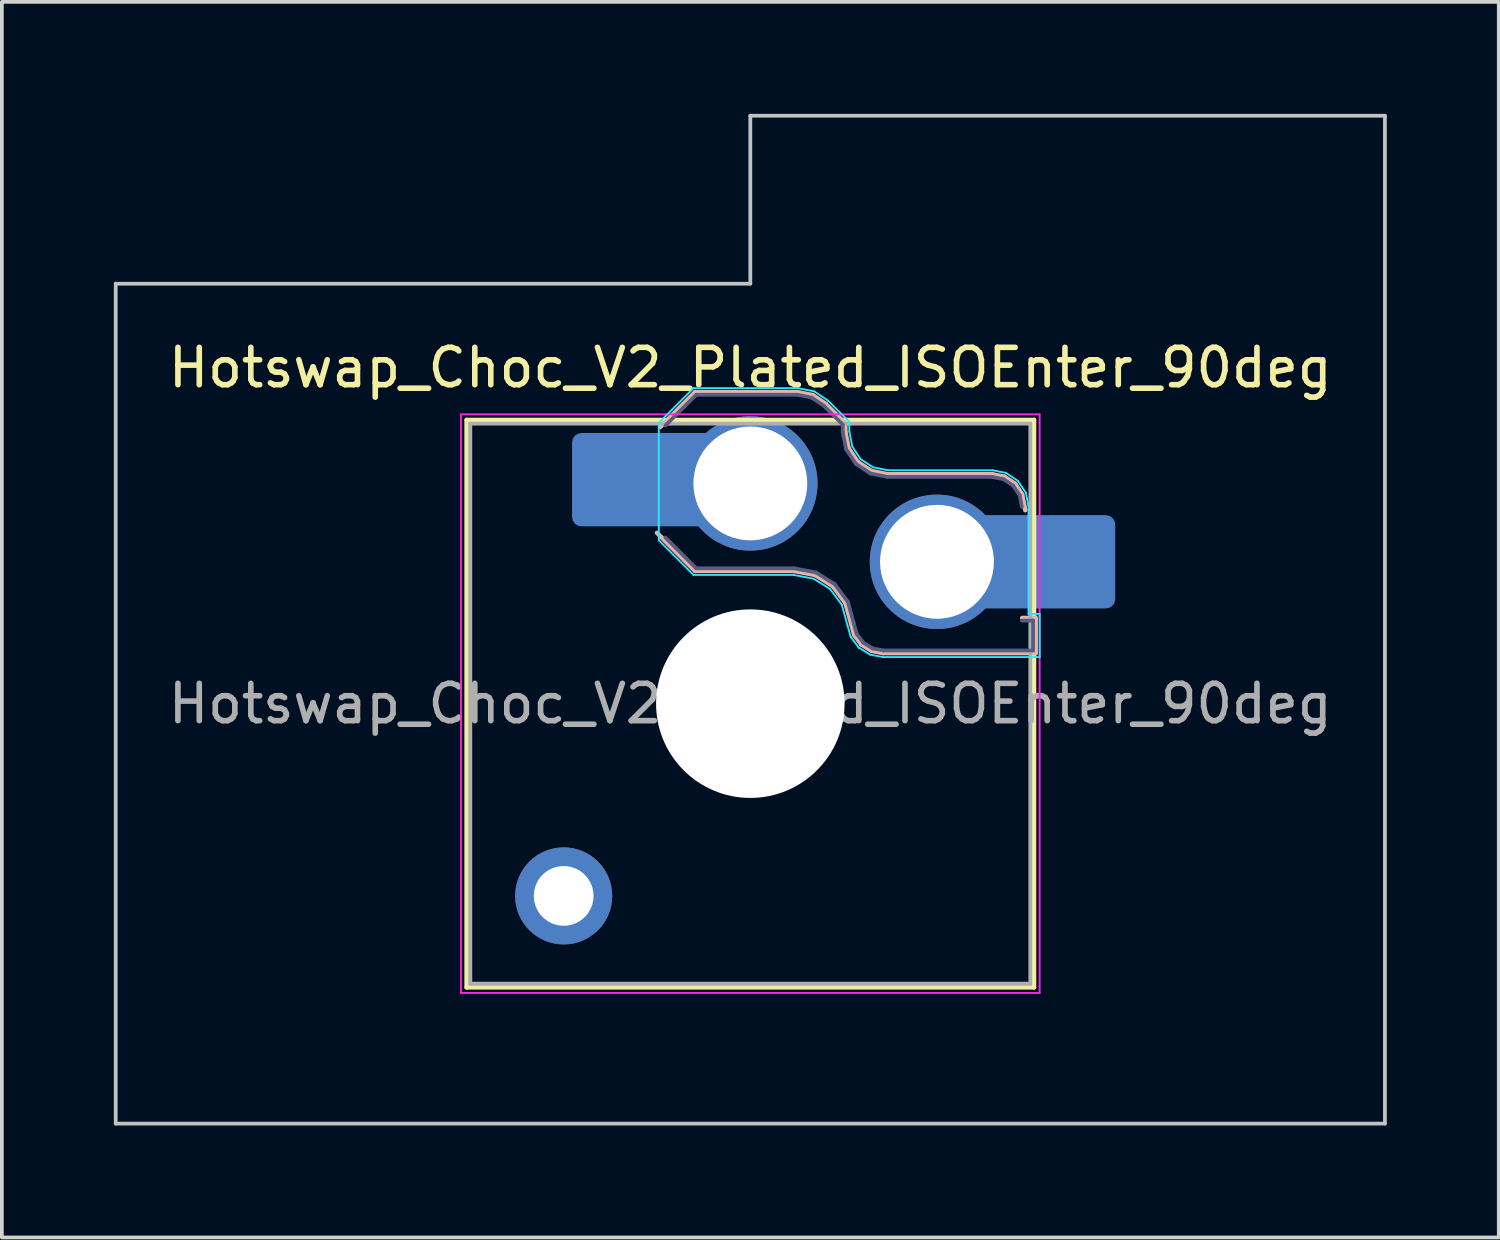
<source format=kicad_pcb>
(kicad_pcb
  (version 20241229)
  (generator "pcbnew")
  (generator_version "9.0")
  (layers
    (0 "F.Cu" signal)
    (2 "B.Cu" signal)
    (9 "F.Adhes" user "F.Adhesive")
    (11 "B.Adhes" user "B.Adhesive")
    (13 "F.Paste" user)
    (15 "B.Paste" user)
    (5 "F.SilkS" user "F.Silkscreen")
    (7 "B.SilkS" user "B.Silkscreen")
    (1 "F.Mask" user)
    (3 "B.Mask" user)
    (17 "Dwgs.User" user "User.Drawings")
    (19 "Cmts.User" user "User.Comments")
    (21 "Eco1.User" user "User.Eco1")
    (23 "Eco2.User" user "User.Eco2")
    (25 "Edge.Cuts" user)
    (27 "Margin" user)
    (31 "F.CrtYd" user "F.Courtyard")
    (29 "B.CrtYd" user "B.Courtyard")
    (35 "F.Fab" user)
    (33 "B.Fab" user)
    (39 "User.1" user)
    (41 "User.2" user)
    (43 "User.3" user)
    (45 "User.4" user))
  (footprint "Hotswap_Choc_V2_Plated_ISOEnter_90deg"
    (layer "F.Cu")
    (at 17.05 15.8)
    (property "Reference" "Hotswap_Choc_V2_Plated_ISOEnter_90deg" (at 0 -9 0) (layer "F.SilkS") (effects (font (size 1 1) (thickness 0.15))))
    (attr smd allow_soldermask_bridges)
    (fp_line (start -7.6 -7.6) (end -7.6 7.6) (stroke (width 0.12) (type solid)) (layer "F.SilkS"))
    (fp_line (start -7.6 7.6) (end 7.6 7.6) (stroke (width 0.12) (type solid)) (layer "F.SilkS"))
    (fp_line (start 7.6 -7.6) (end -7.6 -7.6) (stroke (width 0.12) (type solid)) (layer "F.SilkS"))
    (fp_line (start 7.6 7.6) (end 7.6 -7.6) (stroke (width 0.12) (type solid)) (layer "F.SilkS"))
    (fp_line (start -2.416 -7.409) (end -1.479 -8.346) (stroke (width 0.12) (type solid)) (layer "B.SilkS"))
    (fp_line (start -1.479 -8.346) (end 1.268 -8.346) (stroke (width 0.12) (type solid)) (layer "B.SilkS"))
    (fp_line (start -1.479 -3.554) (end -2.5 -4.575) (stroke (width 0.12) (type solid)) (layer "B.SilkS"))
    (fp_line (start 1.168 -3.554) (end -1.479 -3.554) (stroke (width 0.12) (type solid)) (layer "B.SilkS"))
    (fp_line (start 1.268 -8.346) (end 1.671 -8.266) (stroke (width 0.12) (type solid)) (layer "B.SilkS"))
    (fp_line (start 1.671 -8.266) (end 2.013 -8.037) (stroke (width 0.12) (type solid)) (layer "B.SilkS"))
    (fp_line (start 1.73 -3.449) (end 1.168 -3.554) (stroke (width 0.12) (type solid)) (layer "B.SilkS"))
    (fp_line (start 2.013 -8.037) (end 2.546 -7.504) (stroke (width 0.12) (type solid)) (layer "B.SilkS"))
    (fp_line (start 2.209 -3.15) (end 1.73 -3.449) (stroke (width 0.12) (type solid)) (layer "B.SilkS"))
    (fp_line (start 2.546 -7.504) (end 2.546 -7.282) (stroke (width 0.12) (type solid)) (layer "B.SilkS"))
    (fp_line (start 2.546 -7.282) (end 2.633 -6.844) (stroke (width 0.12) (type solid)) (layer "B.SilkS"))
    (fp_line (start 2.547 -2.697) (end 2.209 -3.15) (stroke (width 0.12) (type solid)) (layer "B.SilkS"))
    (fp_line (start 2.633 -6.844) (end 2.877 -6.477) (stroke (width 0.12) (type solid)) (layer "B.SilkS"))
    (fp_line (start 2.701 -2.139) (end 2.547 -2.697) (stroke (width 0.12) (type solid)) (layer "B.SilkS"))
    (fp_line (start 2.783 -1.841) (end 2.701 -2.139) (stroke (width 0.12) (type solid)) (layer "B.SilkS"))
    (fp_line (start 2.877 -6.477) (end 3.244 -6.233) (stroke (width 0.12) (type solid)) (layer "B.SilkS"))
    (fp_line (start 2.976 -1.583) (end 2.783 -1.841) (stroke (width 0.12) (type solid)) (layer "B.SilkS"))
    (fp_line (start 3.244 -6.233) (end 3.682 -6.146) (stroke (width 0.12) (type solid)) (layer "B.SilkS"))
    (fp_line (start 3.25 -1.413) (end 2.976 -1.583) (stroke (width 0.12) (type solid)) (layer "B.SilkS"))
    (fp_line (start 3.56 -1.354) (end 3.25 -1.413) (stroke (width 0.12) (type solid)) (layer "B.SilkS"))
    (fp_line (start 3.682 -6.146) (end 6.482 -6.146) (stroke (width 0.12) (type solid)) (layer "B.SilkS"))
    (fp_line (start 6.482 -6.146) (end 6.809 -6.081) (stroke (width 0.12) (type solid)) (layer "B.SilkS"))
    (fp_line (start 6.809 -6.081) (end 7.092 -5.892) (stroke (width 0.12) (type solid)) (layer "B.SilkS"))
    (fp_line (start 7.092 -5.892) (end 7.281 -5.609) (stroke (width 0.12) (type solid)) (layer "B.SilkS"))
    (fp_line (start 7.281 -5.609) (end 7.366 -5.182) (stroke (width 0.12) (type solid)) (layer "B.SilkS"))
    (fp_line (start 7.283 -2.296) (end 7.646 -2.296) (stroke (width 0.12) (type solid)) (layer "B.SilkS"))
    (fp_line (start 7.646 -2.296) (end 7.646 -1.354) (stroke (width 0.12) (type solid)) (layer "B.SilkS"))
    (fp_line (start 7.646 -1.354) (end 3.56 -1.354) (stroke (width 0.12) (type solid)) (layer "B.SilkS"))
    (fp_line (start -17 -11.25) (end -17 11.25) (stroke (width 0.1) (type solid)) (layer "Dwgs.User"))
    (fp_line (start -17 11.25) (end 17 11.25) (stroke (width 0.1) (type solid)) (layer "Dwgs.User"))
    (fp_line (start 0 -15.75) (end 0 -11.25) (stroke (width 0.1) (type solid)) (layer "Dwgs.User"))
    (fp_line (start 0 -11.25) (end -17 -11.25) (stroke (width 0.1) (type solid)) (layer "Dwgs.User"))
    (fp_line (start 17 -15.75) (end 0 -15.75) (stroke (width 0.1) (type solid)) (layer "Dwgs.User"))
    (fp_line (start 17 11.25) (end 17 -15.75) (stroke (width 0.1) (type solid)) (layer "Dwgs.User"))
    (fp_line (start -7.25 -7.25) (end -7.25 7.25) (stroke (width 0.1) (type solid)) (layer "Eco1.User"))
    (fp_line (start -7.25 7.25) (end 7.25 7.25) (stroke (width 0.1) (type solid)) (layer "Eco1.User"))
    (fp_line (start 7.25 -7.25) (end -7.25 -7.25) (stroke (width 0.1) (type solid)) (layer "Eco1.User"))
    (fp_line (start 7.25 7.25) (end 7.25 -7.25) (stroke (width 0.1) (type solid)) (layer "Eco1.User"))
    (fp_line (start -2.452 -7.523) (end -1.523 -8.452) (stroke (width 0.05) (type solid)) (layer "B.CrtYd"))
    (fp_line (start -2.452 -4.377) (end -2.452 -7.523) (stroke (width 0.05) (type solid)) (layer "B.CrtYd"))
    (fp_line (start -1.523 -8.452) (end 1.278 -8.452) (stroke (width 0.05) (type solid)) (layer "B.CrtYd"))
    (fp_line (start -1.523 -3.448) (end -2.452 -4.377) (stroke (width 0.05) (type solid)) (layer "B.CrtYd"))
    (fp_line (start 1.159 -3.448) (end -1.523 -3.448) (stroke (width 0.05) (type solid)) (layer "B.CrtYd"))
    (fp_line (start 1.278 -8.452) (end 1.712 -8.366) (stroke (width 0.05) (type solid)) (layer "B.CrtYd"))
    (fp_line (start 1.691 -3.348) (end 1.159 -3.448) (stroke (width 0.05) (type solid)) (layer "B.CrtYd"))
    (fp_line (start 1.712 -8.366) (end 2.081 -8.119) (stroke (width 0.05) (type solid)) (layer "B.CrtYd"))
    (fp_line (start 2.081 -8.119) (end 2.652 -7.548) (stroke (width 0.05) (type solid)) (layer "B.CrtYd"))
    (fp_line (start 2.136 -3.071) (end 1.691 -3.348) (stroke (width 0.05) (type solid)) (layer "B.CrtYd"))
    (fp_line (start 2.45 -2.65) (end 2.136 -3.071) (stroke (width 0.05) (type solid)) (layer "B.CrtYd"))
    (fp_line (start 2.599 -2.111) (end 2.45 -2.65) (stroke (width 0.05) (type solid)) (layer "B.CrtYd"))
    (fp_line (start 2.652 -7.548) (end 2.652 -7.292) (stroke (width 0.05) (type solid)) (layer "B.CrtYd"))
    (fp_line (start 2.652 -7.292) (end 2.733 -6.885) (stroke (width 0.05) (type solid)) (layer "B.CrtYd"))
    (fp_line (start 2.687 -1.794) (end 2.599 -2.111) (stroke (width 0.05) (type solid)) (layer "B.CrtYd"))
    (fp_line (start 2.733 -6.885) (end 2.953 -6.553) (stroke (width 0.05) (type solid)) (layer "B.CrtYd"))
    (fp_line (start 2.903 -1.503) (end 2.687 -1.794) (stroke (width 0.05) (type solid)) (layer "B.CrtYd"))
    (fp_line (start 2.953 -6.553) (end 3.285 -6.333) (stroke (width 0.05) (type solid)) (layer "B.CrtYd"))
    (fp_line (start 3.211 -1.312) (end 2.903 -1.503) (stroke (width 0.05) (type solid)) (layer "B.CrtYd"))
    (fp_line (start 3.285 -6.333) (end 3.692 -6.252) (stroke (width 0.05) (type solid)) (layer "B.CrtYd"))
    (fp_line (start 3.55 -1.248) (end 3.211 -1.312) (stroke (width 0.05) (type solid)) (layer "B.CrtYd"))
    (fp_line (start 3.692 -6.252) (end 6.492 -6.252) (stroke (width 0.05) (type solid)) (layer "B.CrtYd"))
    (fp_line (start 6.492 -6.252) (end 6.85 -6.181) (stroke (width 0.05) (type solid)) (layer "B.CrtYd"))
    (fp_line (start 6.85 -6.181) (end 7.168 -5.968) (stroke (width 0.05) (type solid)) (layer "B.CrtYd"))
    (fp_line (start 7.168 -5.968) (end 7.381 -5.65) (stroke (width 0.05) (type solid)) (layer "B.CrtYd"))
    (fp_line (start 7.381 -5.65) (end 7.452 -5.292) (stroke (width 0.05) (type solid)) (layer "B.CrtYd"))
    (fp_line (start 7.452 -5.292) (end 7.452 -2.402) (stroke (width 0.05) (type solid)) (layer "B.CrtYd"))
    (fp_line (start 7.452 -2.402) (end 7.752 -2.402) (stroke (width 0.05) (type solid)) (layer "B.CrtYd"))
    (fp_line (start 7.752 -2.402) (end 7.752 -1.248) (stroke (width 0.05) (type solid)) (layer "B.CrtYd"))
    (fp_line (start 7.752 -1.248) (end 3.55 -1.248) (stroke (width 0.05) (type solid)) (layer "B.CrtYd"))
    (fp_line (start -7.75 -7.75) (end -7.75 7.75) (stroke (width 0.05) (type solid)) (layer "F.CrtYd"))
    (fp_line (start -7.75 7.75) (end 7.75 7.75) (stroke (width 0.05) (type solid)) (layer "F.CrtYd"))
    (fp_line (start 7.75 -7.75) (end -7.75 -7.75) (stroke (width 0.05) (type solid)) (layer "F.CrtYd"))
    (fp_line (start 7.75 7.75) (end 7.75 -7.75) (stroke (width 0.05) (type solid)) (layer "F.CrtYd"))
    (fp_line (start -2.275 -7.45) (end -1.45 -8.275) (stroke (width 0.1) (type solid)) (layer "B.Fab"))
    (fp_line (start -1.45 -8.275) (end 1.261 -8.275) (stroke (width 0.1) (type solid)) (layer "B.Fab"))
    (fp_line (start -1.45 -3.625) (end -2.275 -4.45) (stroke (width 0.1) (type solid)) (layer "B.Fab"))
    (fp_line (start 1.175 -3.625) (end -1.45 -3.625) (stroke (width 0.1) (type solid)) (layer "B.Fab"))
    (fp_line (start 1.261 -8.275) (end 1.643 -8.199) (stroke (width 0.1) (type solid)) (layer "B.Fab"))
    (fp_line (start 1.643 -8.199) (end 1.968 -7.982) (stroke (width 0.1) (type solid)) (layer "B.Fab"))
    (fp_line (start 1.756 -3.516) (end 1.175 -3.625) (stroke (width 0.1) (type solid)) (layer "B.Fab"))
    (fp_line (start 1.968 -7.982) (end 2.475 -7.475) (stroke (width 0.1) (type solid)) (layer "B.Fab"))
    (fp_line (start 2.258 -3.203) (end 1.756 -3.516) (stroke (width 0.1) (type solid)) (layer "B.Fab"))
    (fp_line (start 2.475 -7.475) (end 2.475 -7.275) (stroke (width 0.1) (type solid)) (layer "B.Fab"))
    (fp_line (start 2.475 -7.275) (end 2.566 -6.816) (stroke (width 0.1) (type solid)) (layer "B.Fab"))
    (fp_line (start 2.566 -6.816) (end 2.826 -6.426) (stroke (width 0.1) (type solid)) (layer "B.Fab"))
    (fp_line (start 2.612 -2.729) (end 2.258 -3.203) (stroke (width 0.1) (type solid)) (layer "B.Fab"))
    (fp_line (start 2.769 -2.158) (end 2.612 -2.729) (stroke (width 0.1) (type solid)) (layer "B.Fab"))
    (fp_line (start 2.826 -6.426) (end 3.216 -6.166) (stroke (width 0.1) (type solid)) (layer "B.Fab"))
    (fp_line (start 2.848 -1.873) (end 2.769 -2.158) (stroke (width 0.1) (type solid)) (layer "B.Fab"))
    (fp_line (start 3.025 -1.636) (end 2.848 -1.873) (stroke (width 0.1) (type solid)) (layer "B.Fab"))
    (fp_line (start 3.216 -6.166) (end 3.675 -6.075) (stroke (width 0.1) (type solid)) (layer "B.Fab"))
    (fp_line (start 3.276 -1.48) (end 3.025 -1.636) (stroke (width 0.1) (type solid)) (layer "B.Fab"))
    (fp_line (start 3.567 -1.425) (end 3.276 -1.48) (stroke (width 0.1) (type solid)) (layer "B.Fab"))
    (fp_line (start 3.675 -6.075) (end 6.475 -6.075) (stroke (width 0.1) (type solid)) (layer "B.Fab"))
    (fp_line (start 6.475 -6.075) (end 6.781 -6.014) (stroke (width 0.1) (type solid)) (layer "B.Fab"))
    (fp_line (start 6.781 -6.014) (end 7.041 -5.841) (stroke (width 0.1) (type solid)) (layer "B.Fab"))
    (fp_line (start 7.041 -5.841) (end 7.214 -5.581) (stroke (width 0.1) (type solid)) (layer "B.Fab"))
    (fp_line (start 7.214 -5.581) (end 7.275 -5.275) (stroke (width 0.1) (type solid)) (layer "B.Fab"))
    (fp_line (start 7.275 -2.225) (end 7.575 -2.225) (stroke (width 0.1) (type solid)) (layer "B.Fab"))
    (fp_line (start 7.575 -2.225) (end 7.575 -1.425) (stroke (width 0.1) (type solid)) (layer "B.Fab"))
    (fp_line (start 7.575 -1.425) (end 3.567 -1.425) (stroke (width 0.1) (type solid)) (layer "B.Fab"))
    (fp_line (start -7.5 -7.5) (end -7.5 7.5) (stroke (width 0.1) (type solid)) (layer "F.Fab"))
    (fp_line (start -7.5 7.5) (end 7.5 7.5) (stroke (width 0.1) (type solid)) (layer "F.Fab"))
    (fp_line (start 7.5 -7.5) (end -7.5 -7.5) (stroke (width 0.1) (type solid)) (layer "F.Fab"))
    (fp_line (start 7.5 7.5) (end 7.5 -7.5) (stroke (width 0.1) (type solid)) (layer "F.Fab"))
    (fp_text user "${REFERENCE}" (at 0 0 0) (layer "F.Fab") (effects (font (size 1 1) (thickness 0.15))))
    (pad "" thru_hole circle (at -5 5.15) (size 2.6 2.6) (drill 1.6) (layers "*.Cu" "*.Mask"))
    (pad "" smd roundrect (at -3.5 -6) (size 2.55 2.5) (layers "B.Mask" "B.Paste") (roundrect_rratio 0.1))
    (pad "" np_thru_hole circle (at 0 0) (size 5.05 5.05) (drill 5.05) (layers "*.Cu" "*.Mask"))
    (pad "" smd roundrect (at 8.5 -3.8) (size 2.55 2.5) (layers "B.Mask" "B.Paste") (roundrect_rratio 0.1))
    (pad "1" smd roundrect (at -2.85 -6) (size 3.85 2.5) (layers "B.Cu") (roundrect_rratio 0.1))
    (pad "1" thru_hole circle (at 0 -5.9) (size 3.6 3.6) (drill 3.05) (layers "*.Cu" "*.Mask"))
    (pad "2" thru_hole circle (at 5 -3.8) (size 3.6 3.6) (drill 3.05) (layers "*.Cu" "*.Mask"))
    (pad "2" smd roundrect (at 7.85 -3.8) (size 3.85 2.5) (layers "B.Cu") (roundrect_rratio 0.1)))
  (gr_rect
    (start -3 -3)
    (end 37.1 30.1)
    (stroke (width 0.1) (type default))
    (fill no)
    (layer "Edge.Cuts")))
</source>
